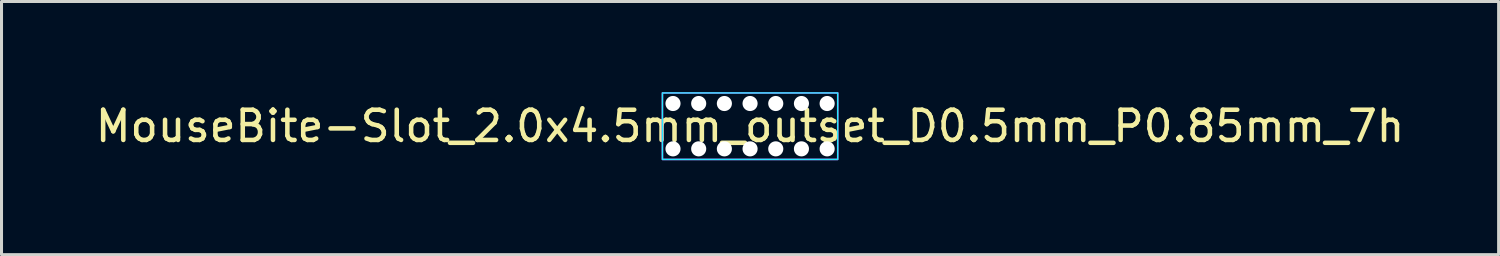
<source format=kicad_pcb>
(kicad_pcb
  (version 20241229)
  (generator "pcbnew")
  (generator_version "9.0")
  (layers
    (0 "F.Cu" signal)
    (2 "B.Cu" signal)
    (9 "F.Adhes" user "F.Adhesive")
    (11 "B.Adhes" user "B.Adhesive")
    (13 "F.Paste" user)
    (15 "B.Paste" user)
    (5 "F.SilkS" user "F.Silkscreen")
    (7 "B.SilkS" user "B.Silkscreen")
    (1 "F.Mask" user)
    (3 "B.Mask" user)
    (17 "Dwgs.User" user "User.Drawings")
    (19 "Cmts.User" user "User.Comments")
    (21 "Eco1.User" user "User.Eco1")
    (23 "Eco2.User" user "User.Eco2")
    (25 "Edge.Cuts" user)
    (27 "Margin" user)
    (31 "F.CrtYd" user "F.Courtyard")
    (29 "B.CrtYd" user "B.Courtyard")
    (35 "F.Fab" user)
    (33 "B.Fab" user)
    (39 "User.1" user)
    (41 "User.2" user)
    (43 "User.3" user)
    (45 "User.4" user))
  (footprint "MouseBite-Slot_2.0x4.5mm_outset_D0.5mm_P0.85mm_7h"
    (layer "F.Cu")
    (at 21.768 2.125)
    (property "Reference" "MouseBite-Slot_2.0x4.5mm_outset_D0.5mm_P0.85mm_7h" (at 0 -1 0) (layer "F.SilkS") (effects (font (size 1 1) (thickness 0.15))))
    (attr board_only exclude_from_pos_files exclude_from_bom dnp)
    (fp_rect (start -2.9 -2.1) (end 2.9 0.1) (stroke (width 0.05) (type solid)) (fill no) (layer "B.CrtYd"))
    (fp_rect (start -2.9 -2.1) (end 2.9 0.1) (stroke (width 0.05) (type solid)) (fill no) (layer "F.CrtYd"))
    (fp_arc (start -3.25 -2) (mid -2.25 -1) (end -3.25 0) (stroke (width 0.1) (type solid)) (layer "User.2"))
    (fp_arc (start 3.25 0) (mid 2.25 -1) (end 3.25 -2) (stroke (width 0.1) (type solid)) (layer "User.2"))
    (pad "" np_thru_hole circle (at -2.55 -1.75 180) (size 0.5 0.5) (drill 0.5) (layers "*.Cu" "*.Mask"))
    (pad "" np_thru_hole circle (at -2.55 -0.25 180) (size 0.5 0.5) (drill 0.5) (layers "*.Cu" "*.Mask"))
    (pad "" np_thru_hole circle (at -1.7 -1.75 180) (size 0.5 0.5) (drill 0.5) (layers "*.Cu" "*.Mask"))
    (pad "" np_thru_hole circle (at -1.7 -0.25 180) (size 0.5 0.5) (drill 0.5) (layers "*.Cu" "*.Mask"))
    (pad "" np_thru_hole circle (at -0.85 -1.75 180) (size 0.5 0.5) (drill 0.5) (layers "*.Cu" "*.Mask"))
    (pad "" np_thru_hole circle (at -0.85 -0.25 180) (size 0.5 0.5) (drill 0.5) (layers "*.Cu" "*.Mask"))
    (pad "" np_thru_hole circle (at 0 -1.75 180) (size 0.5 0.5) (drill 0.5) (layers "*.Cu" "*.Mask"))
    (pad "" np_thru_hole circle (at 0 -0.25 180) (size 0.5 0.5) (drill 0.5) (layers "*.Cu" "*.Mask"))
    (pad "" np_thru_hole circle (at 0.85 -1.75 180) (size 0.5 0.5) (drill 0.5) (layers "*.Cu" "*.Mask"))
    (pad "" np_thru_hole circle (at 0.85 -0.25 180) (size 0.5 0.5) (drill 0.5) (layers "*.Cu" "*.Mask"))
    (pad "" np_thru_hole circle (at 1.7 -1.75 180) (size 0.5 0.5) (drill 0.5) (layers "*.Cu" "*.Mask"))
    (pad "" np_thru_hole circle (at 1.7 -0.25 180) (size 0.5 0.5) (drill 0.5) (layers "*.Cu" "*.Mask"))
    (pad "" np_thru_hole circle (at 2.55 -1.75 180) (size 0.5 0.5) (drill 0.5) (layers "*.Cu" "*.Mask"))
    (pad "" np_thru_hole circle (at 2.55 -0.25 180) (size 0.5 0.5) (drill 0.5) (layers "*.Cu" "*.Mask")))
  (gr_rect
    (start -3 -3)
    (end 46.536 5.375)
    (stroke (width 0.1) (type default))
    (fill no)
    (layer "Edge.Cuts")))
</source>
